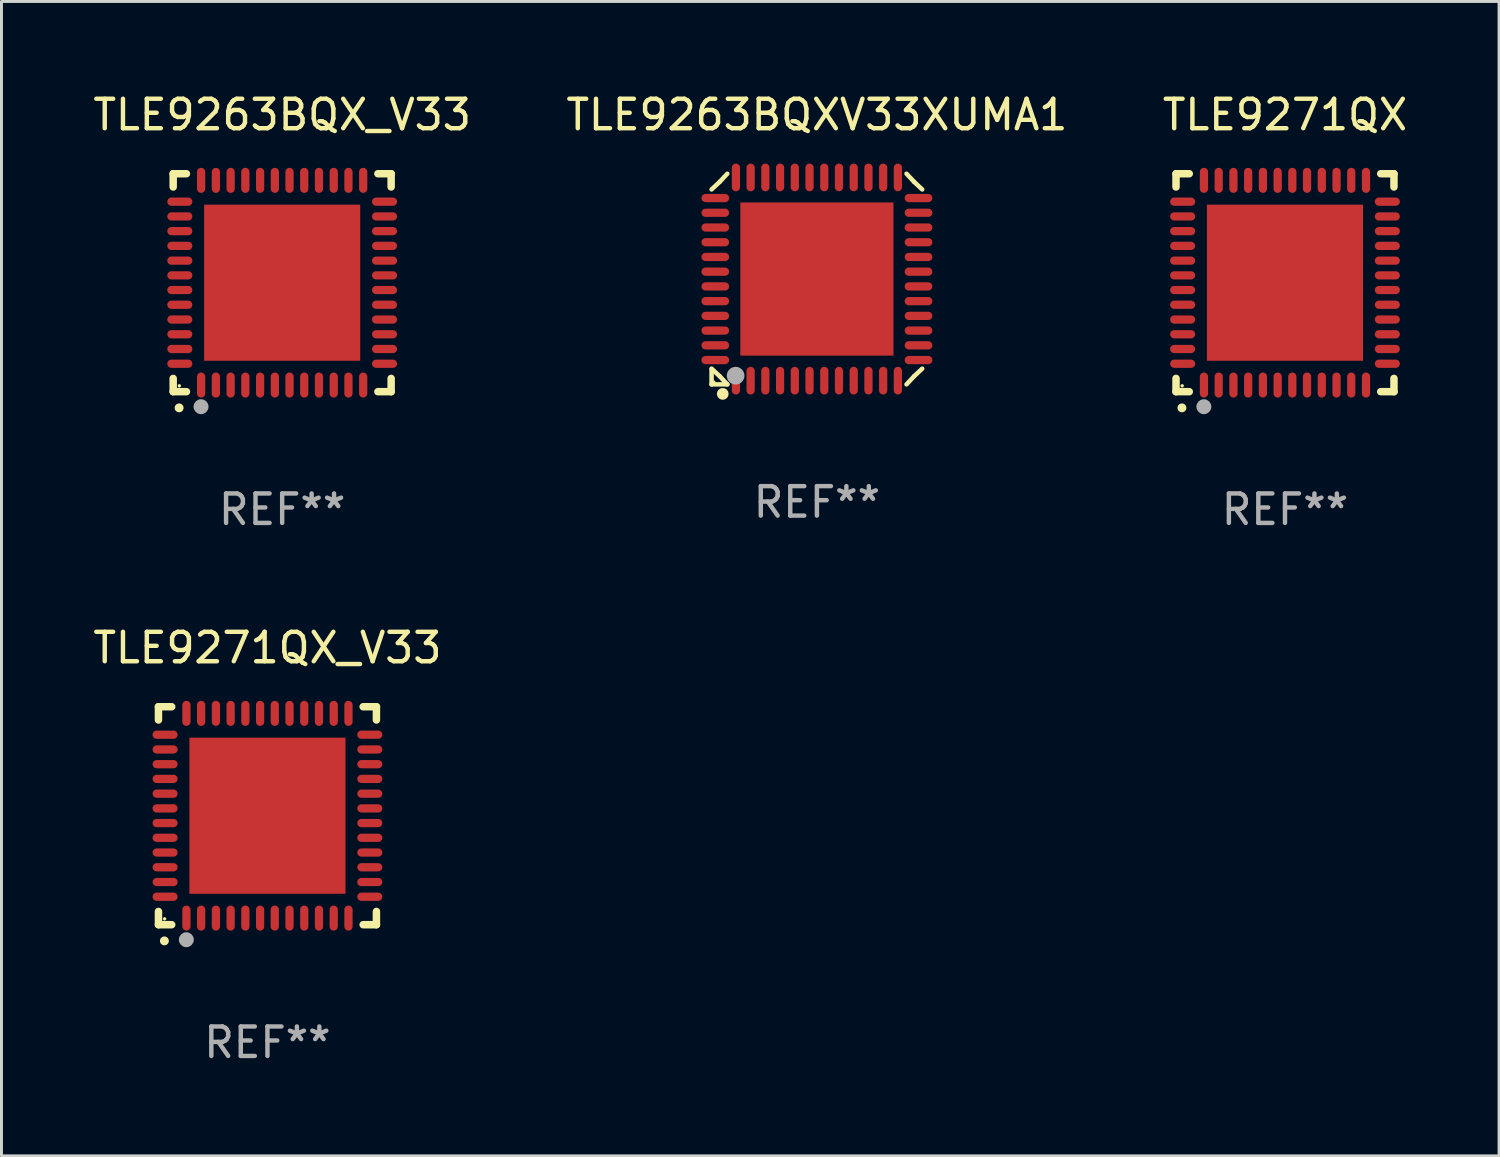
<source format=kicad_pcb>
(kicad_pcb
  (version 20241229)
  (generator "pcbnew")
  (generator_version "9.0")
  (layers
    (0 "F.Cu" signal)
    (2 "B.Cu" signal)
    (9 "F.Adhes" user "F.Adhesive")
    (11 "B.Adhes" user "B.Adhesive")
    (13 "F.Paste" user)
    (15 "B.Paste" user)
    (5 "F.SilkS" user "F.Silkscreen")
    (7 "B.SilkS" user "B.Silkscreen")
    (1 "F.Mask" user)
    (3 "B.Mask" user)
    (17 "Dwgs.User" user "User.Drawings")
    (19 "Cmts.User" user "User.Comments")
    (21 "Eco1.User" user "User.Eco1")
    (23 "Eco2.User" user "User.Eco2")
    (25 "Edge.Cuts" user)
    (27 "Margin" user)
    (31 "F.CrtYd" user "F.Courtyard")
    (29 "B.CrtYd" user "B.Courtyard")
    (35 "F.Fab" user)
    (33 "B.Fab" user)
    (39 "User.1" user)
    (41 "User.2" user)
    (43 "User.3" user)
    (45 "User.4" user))
  (footprint "TLE9271QX_V33"
    (layer "F.Cu")
    (at 6.03 24.645)
    (property "Reference" "TLE9271QX_V33" (at 0 -5.7 0) (layer "F.SilkS") (effects (font (size 1 1) (thickness 0.15))))
    (attr through_hole)
    (fp_line (start -3.7 -3.7) (end -3.25 -3.7) (stroke (width 0.254) (type solid)) (layer "F.SilkS"))
    (fp_line (start -3.7 -3.25) (end -3.7 -3.7) (stroke (width 0.254) (type solid)) (layer "F.SilkS"))
    (fp_line (start -3.7 3.7) (end -3.7 3.25) (stroke (width 0.254) (type solid)) (layer "F.SilkS"))
    (fp_line (start -3.25 3.7) (end -3.7 3.7) (stroke (width 0.254) (type solid)) (layer "F.SilkS"))
    (fp_line (start 3.25 3.7) (end 3.7 3.7) (stroke (width 0.254) (type solid)) (layer "F.SilkS"))
    (fp_line (start 3.7 -3.7) (end 3.25 -3.7) (stroke (width 0.254) (type solid)) (layer "F.SilkS"))
    (fp_line (start 3.7 -3.25) (end 3.7 -3.7) (stroke (width 0.254) (type solid)) (layer "F.SilkS"))
    (fp_line (start 3.7 3.7) (end 3.7 3.25) (stroke (width 0.254) (type solid)) (layer "F.SilkS"))
    (fp_arc (start -3.500127 4.249428) (mid -3.498857 4.249423) (end -3.497587 4.249428) (stroke (width 0.3) (type solid)) (layer "F.SilkS"))
    (fp_circle (center -3.491 3.501) (end -3.461 3.501) (stroke (width 0.06) (type solid)) (fill no) (layer "F.SilkS"))
    (fp_circle (center -2.754 4.21) (end -2.627 4.21) (stroke (width 0.254) (type solid)) (fill no) (layer "F.Fab"))
    (fp_text user "REF**" (at 0 7.7 0) (layer "F.Fab") (effects (font (size 1 1) (thickness 0.15))))
    (pad "1" smd oval (at -2.751 3.475) (size 0.28 0.85) (layers "F.Cu" "F.Mask" "F.Paste"))
    (pad "2" smd oval (at -2.251 3.475) (size 0.28 0.85) (layers "F.Cu" "F.Mask" "F.Paste"))
    (pad "3" smd oval (at -1.75 3.475) (size 0.28 0.85) (layers "F.Cu" "F.Mask" "F.Paste"))
    (pad "4" smd oval (at -1.25 3.475) (size 0.28 0.85) (layers "F.Cu" "F.Mask" "F.Paste"))
    (pad "5" smd oval (at -0.749 3.475) (size 0.28 0.85) (layers "F.Cu" "F.Mask" "F.Paste"))
    (pad "6" smd oval (at -0.249 3.475) (size 0.28 0.85) (layers "F.Cu" "F.Mask" "F.Paste"))
    (pad "7" smd oval (at 0.249 3.475) (size 0.28 0.85) (layers "F.Cu" "F.Mask" "F.Paste"))
    (pad "8" smd oval (at 0.749 3.475) (size 0.28 0.85) (layers "F.Cu" "F.Mask" "F.Paste"))
    (pad "9" smd oval (at 1.25 3.475) (size 0.28 0.85) (layers "F.Cu" "F.Mask" "F.Paste"))
    (pad "10" smd oval (at 1.75 3.475) (size 0.28 0.85) (layers "F.Cu" "F.Mask" "F.Paste"))
    (pad "11" smd oval (at 2.25 3.475) (size 0.28 0.85) (layers "F.Cu" "F.Mask" "F.Paste"))
    (pad "12" smd oval (at 2.751 3.475) (size 0.28 0.85) (layers "F.Cu" "F.Mask" "F.Paste"))
    (pad "13" smd oval (at 3.475 2.751) (size 0.85 0.28) (layers "F.Cu" "F.Mask" "F.Paste"))
    (pad "14" smd oval (at 3.475 2.251) (size 0.85 0.28) (layers "F.Cu" "F.Mask" "F.Paste"))
    (pad "15" smd oval (at 3.475 1.75) (size 0.85 0.28) (layers "F.Cu" "F.Mask" "F.Paste"))
    (pad "16" smd oval (at 3.475 1.25) (size 0.85 0.28) (layers "F.Cu" "F.Mask" "F.Paste"))
    (pad "17" smd oval (at 3.475 0.749) (size 0.85 0.28) (layers "F.Cu" "F.Mask" "F.Paste"))
    (pad "18" smd oval (at 3.475 0.249) (size 0.85 0.28) (layers "F.Cu" "F.Mask" "F.Paste"))
    (pad "19" smd oval (at 3.475 -0.249) (size 0.85 0.28) (layers "F.Cu" "F.Mask" "F.Paste"))
    (pad "20" smd oval (at 3.475 -0.749) (size 0.85 0.28) (layers "F.Cu" "F.Mask" "F.Paste"))
    (pad "21" smd oval (at 3.475 -1.25) (size 0.85 0.28) (layers "F.Cu" "F.Mask" "F.Paste"))
    (pad "22" smd oval (at 3.475 -1.75) (size 0.85 0.28) (layers "F.Cu" "F.Mask" "F.Paste"))
    (pad "23" smd oval (at 3.475 -2.25) (size 0.85 0.28) (layers "F.Cu" "F.Mask" "F.Paste"))
    (pad "24" smd oval (at 3.475 -2.751) (size 0.85 0.28) (layers "F.Cu" "F.Mask" "F.Paste"))
    (pad "25" smd oval (at 2.751 -3.475) (size 0.28 0.85) (layers "F.Cu" "F.Mask" "F.Paste"))
    (pad "26" smd oval (at 2.25 -3.475) (size 0.28 0.85) (layers "F.Cu" "F.Mask" "F.Paste"))
    (pad "27" smd oval (at 1.75 -3.475) (size 0.28 0.85) (layers "F.Cu" "F.Mask" "F.Paste"))
    (pad "28" smd oval (at 1.25 -3.475) (size 0.28 0.85) (layers "F.Cu" "F.Mask" "F.Paste"))
    (pad "29" smd oval (at 0.749 -3.475) (size 0.28 0.85) (layers "F.Cu" "F.Mask" "F.Paste"))
    (pad "30" smd oval (at 0.249 -3.475) (size 0.28 0.85) (layers "F.Cu" "F.Mask" "F.Paste"))
    (pad "31" smd oval (at -0.249 -3.475) (size 0.28 0.85) (layers "F.Cu" "F.Mask" "F.Paste"))
    (pad "32" smd oval (at -0.749 -3.475) (size 0.28 0.85) (layers "F.Cu" "F.Mask" "F.Paste"))
    (pad "33" smd oval (at -1.25 -3.475) (size 0.28 0.85) (layers "F.Cu" "F.Mask" "F.Paste"))
    (pad "34" smd oval (at -1.75 -3.475) (size 0.28 0.85) (layers "F.Cu" "F.Mask" "F.Paste"))
    (pad "35" smd oval (at -2.251 -3.475) (size 0.28 0.85) (layers "F.Cu" "F.Mask" "F.Paste"))
    (pad "36" smd oval (at -2.751 -3.475) (size 0.28 0.85) (layers "F.Cu" "F.Mask" "F.Paste"))
    (pad "37" smd oval (at -3.475 -2.751) (size 0.85 0.28) (layers "F.Cu" "F.Mask" "F.Paste"))
    (pad "38" smd oval (at -3.475 -2.25) (size 0.85 0.28) (layers "F.Cu" "F.Mask" "F.Paste"))
    (pad "39" smd oval (at -3.475 -1.75) (size 0.85 0.28) (layers "F.Cu" "F.Mask" "F.Paste"))
    (pad "40" smd oval (at -3.475 -1.25) (size 0.85 0.28) (layers "F.Cu" "F.Mask" "F.Paste"))
    (pad "41" smd oval (at -3.475 -0.749) (size 0.85 0.28) (layers "F.Cu" "F.Mask" "F.Paste"))
    (pad "42" smd oval (at -3.475 -0.249) (size 0.85 0.28) (layers "F.Cu" "F.Mask" "F.Paste"))
    (pad "43" smd oval (at -3.475 0.249) (size 0.85 0.28) (layers "F.Cu" "F.Mask" "F.Paste"))
    (pad "44" smd oval (at -3.475 0.749) (size 0.85 0.28) (layers "F.Cu" "F.Mask" "F.Paste"))
    (pad "45" smd oval (at -3.475 1.25) (size 0.85 0.28) (layers "F.Cu" "F.Mask" "F.Paste"))
    (pad "46" smd oval (at -3.475 1.75) (size 0.85 0.28) (layers "F.Cu" "F.Mask" "F.Paste"))
    (pad "47" smd oval (at -3.475 2.251) (size 0.85 0.28) (layers "F.Cu" "F.Mask" "F.Paste"))
    (pad "48" smd oval (at -3.475 2.751) (size 0.85 0.28) (layers "F.Cu" "F.Mask" "F.Paste"))
    (pad "49" smd rect (at -0.000102 0.000102) (size 5.3 5.3) (layers "F.Cu" "F.Mask" "F.Paste")))
  (footprint "TLE9263BQXV33XUMA1"
    (layer "F.Cu")
    (at 24.685 6.424)
    (property "Reference" "TLE9263BQXV33XUMA1" (at 0 -5.576 0) (layer "F.SilkS") (effects (font (size 1 1) (thickness 0.15))))
    (attr through_hole)
    (fp_line (start -3.576 3.07) (end -3.576 3.576) (stroke (width 0.152) (type solid)) (layer "F.SilkS"))
    (fp_line (start -3.576 3.576) (end -3.042 3.576) (stroke (width 0.152) (type solid)) (layer "F.SilkS"))
    (fp_line (start -3.3 -3.3) (end -3.576 -3.042) (stroke (width 0.152) (type solid)) (layer "F.SilkS"))
    (fp_line (start -3.3 3.3) (end -3.576 3.042) (stroke (width 0.152) (type solid)) (layer "F.SilkS"))
    (fp_line (start -3.042 -3.576) (end -3.3 -3.3) (stroke (width 0.152) (type solid)) (layer "F.SilkS"))
    (fp_line (start -3.042 3.576) (end -3.3 3.3) (stroke (width 0.152) (type solid)) (layer "F.SilkS"))
    (fp_line (start 3.042 -3.576) (end 3.3 -3.3) (stroke (width 0.152) (type solid)) (layer "F.SilkS"))
    (fp_line (start 3.042 3.576) (end 3.3 3.3) (stroke (width 0.152) (type solid)) (layer "F.SilkS"))
    (fp_line (start 3.3 -3.3) (end 3.576 -3.042) (stroke (width 0.152) (type solid)) (layer "F.SilkS"))
    (fp_line (start 3.3 3.3) (end 3.576 3.042) (stroke (width 0.152) (type solid)) (layer "F.SilkS"))
    (fp_circle (center -3.5 3.5) (end -3.47 3.5) (stroke (width 0.06) (type solid)) (fill no) (layer "F.SilkS"))
    (fp_circle (center -3.197 3.899) (end -3.097 3.899) (stroke (width 0.2) (type solid)) (fill no) (layer "F.SilkS"))
    (fp_circle (center -2.76 3.281) (end -2.61 3.281) (stroke (width 0.3) (type solid)) (fill no) (layer "F.Fab"))
    (fp_text user "REF**" (at 0 7.576 0) (layer "F.Fab") (effects (font (size 1 1) (thickness 0.15))))
    (pad "1" smd oval (at -2.75 3.45 90) (size 0.94 0.28) (layers "F.Cu" "F.Mask" "F.Paste"))
    (pad "2" smd oval (at -2.25 3.45 90) (size 0.94 0.28) (layers "F.Cu" "F.Mask" "F.Paste"))
    (pad "3" smd oval (at -1.75 3.45 90) (size 0.94 0.28) (layers "F.Cu" "F.Mask" "F.Paste"))
    (pad "4" smd oval (at -1.25 3.45 90) (size 0.94 0.28) (layers "F.Cu" "F.Mask" "F.Paste"))
    (pad "5" smd oval (at -0.75 3.45 90) (size 0.94 0.28) (layers "F.Cu" "F.Mask" "F.Paste"))
    (pad "6" smd oval (at -0.25 3.45 90) (size 0.94 0.28) (layers "F.Cu" "F.Mask" "F.Paste"))
    (pad "7" smd oval (at 0.25 3.45 90) (size 0.94 0.28) (layers "F.Cu" "F.Mask" "F.Paste"))
    (pad "8" smd oval (at 0.75 3.45 90) (size 0.94 0.28) (layers "F.Cu" "F.Mask" "F.Paste"))
    (pad "9" smd oval (at 1.25 3.45 90) (size 0.94 0.28) (layers "F.Cu" "F.Mask" "F.Paste"))
    (pad "10" smd oval (at 1.75 3.45 90) (size 0.94 0.28) (layers "F.Cu" "F.Mask" "F.Paste"))
    (pad "11" smd oval (at 2.25 3.45 90) (size 0.94 0.28) (layers "F.Cu" "F.Mask" "F.Paste"))
    (pad "12" smd oval (at 2.75 3.45 90) (size 0.94 0.28) (layers "F.Cu" "F.Mask" "F.Paste"))
    (pad "13" smd oval (at 3.45 2.75 90) (size 0.28 0.94) (layers "F.Cu" "F.Mask" "F.Paste"))
    (pad "14" smd oval (at 3.45 2.25 90) (size 0.28 0.94) (layers "F.Cu" "F.Mask" "F.Paste"))
    (pad "15" smd oval (at 3.45 1.75 90) (size 0.28 0.94) (layers "F.Cu" "F.Mask" "F.Paste"))
    (pad "16" smd oval (at 3.45 1.25 90) (size 0.28 0.94) (layers "F.Cu" "F.Mask" "F.Paste"))
    (pad "17" smd oval (at 3.45 0.75 90) (size 0.28 0.94) (layers "F.Cu" "F.Mask" "F.Paste"))
    (pad "18" smd oval (at 3.45 0.25 90) (size 0.28 0.94) (layers "F.Cu" "F.Mask" "F.Paste"))
    (pad "19" smd oval (at 3.45 -0.25 90) (size 0.28 0.94) (layers "F.Cu" "F.Mask" "F.Paste"))
    (pad "20" smd oval (at 3.45 -0.75 90) (size 0.28 0.94) (layers "F.Cu" "F.Mask" "F.Paste"))
    (pad "21" smd oval (at 3.45 -1.25 90) (size 0.28 0.94) (layers "F.Cu" "F.Mask" "F.Paste"))
    (pad "22" smd oval (at 3.45 -1.75 90) (size 0.28 0.94) (layers "F.Cu" "F.Mask" "F.Paste"))
    (pad "23" smd oval (at 3.45 -2.25 90) (size 0.28 0.94) (layers "F.Cu" "F.Mask" "F.Paste"))
    (pad "24" smd oval (at 3.45 -2.75 90) (size 0.28 0.94) (layers "F.Cu" "F.Mask" "F.Paste"))
    (pad "25" smd oval (at 2.75 -3.45 90) (size 0.94 0.28) (layers "F.Cu" "F.Mask" "F.Paste"))
    (pad "26" smd oval (at 2.25 -3.45 90) (size 0.94 0.28) (layers "F.Cu" "F.Mask" "F.Paste"))
    (pad "27" smd oval (at 1.75 -3.45 90) (size 0.94 0.28) (layers "F.Cu" "F.Mask" "F.Paste"))
    (pad "28" smd oval (at 1.25 -3.45 90) (size 0.94 0.28) (layers "F.Cu" "F.Mask" "F.Paste"))
    (pad "29" smd oval (at 0.75 -3.45 90) (size 0.94 0.28) (layers "F.Cu" "F.Mask" "F.Paste"))
    (pad "30" smd oval (at 0.25 -3.45 90) (size 0.94 0.28) (layers "F.Cu" "F.Mask" "F.Paste"))
    (pad "31" smd oval (at -0.25 -3.45 90) (size 0.94 0.28) (layers "F.Cu" "F.Mask" "F.Paste"))
    (pad "32" smd oval (at -0.75 -3.45 90) (size 0.94 0.28) (layers "F.Cu" "F.Mask" "F.Paste"))
    (pad "33" smd oval (at -1.25 -3.45 90) (size 0.94 0.28) (layers "F.Cu" "F.Mask" "F.Paste"))
    (pad "34" smd oval (at -1.75 -3.45 90) (size 0.94 0.28) (layers "F.Cu" "F.Mask" "F.Paste"))
    (pad "35" smd oval (at -2.25 -3.45 90) (size 0.94 0.28) (layers "F.Cu" "F.Mask" "F.Paste"))
    (pad "36" smd oval (at -2.75 -3.45 90) (size 0.94 0.28) (layers "F.Cu" "F.Mask" "F.Paste"))
    (pad "37" smd oval (at -3.45 -2.75 90) (size 0.28 0.94) (layers "F.Cu" "F.Mask" "F.Paste"))
    (pad "38" smd oval (at -3.45 -2.25 90) (size 0.28 0.94) (layers "F.Cu" "F.Mask" "F.Paste"))
    (pad "39" smd oval (at -3.45 -1.75 90) (size 0.28 0.94) (layers "F.Cu" "F.Mask" "F.Paste"))
    (pad "40" smd oval (at -3.45 -1.25 90) (size 0.28 0.94) (layers "F.Cu" "F.Mask" "F.Paste"))
    (pad "41" smd oval (at -3.45 -0.75 90) (size 0.28 0.94) (layers "F.Cu" "F.Mask" "F.Paste"))
    (pad "42" smd oval (at -3.45 -0.25 90) (size 0.28 0.94) (layers "F.Cu" "F.Mask" "F.Paste"))
    (pad "43" smd oval (at -3.45 0.25 90) (size 0.28 0.94) (layers "F.Cu" "F.Mask" "F.Paste"))
    (pad "44" smd oval (at -3.45 0.75 90) (size 0.28 0.94) (layers "F.Cu" "F.Mask" "F.Paste"))
    (pad "45" smd oval (at -3.45 1.25 90) (size 0.28 0.94) (layers "F.Cu" "F.Mask" "F.Paste"))
    (pad "46" smd oval (at -3.45 1.75 90) (size 0.28 0.94) (layers "F.Cu" "F.Mask" "F.Paste"))
    (pad "47" smd oval (at -3.45 2.25 90) (size 0.28 0.94) (layers "F.Cu" "F.Mask" "F.Paste"))
    (pad "48" smd oval (at -3.45 2.75 90) (size 0.28 0.94) (layers "F.Cu" "F.Mask" "F.Paste"))
    (pad "49" smd rect (at -0.000076 -0.000089 90) (size 5.2 5.2) (layers "F.Cu" "F.Mask" "F.Paste")))
  (footprint "TLE9263BQX_V33"
    (layer "F.Cu")
    (at 6.53 6.548)
    (property "Reference" "TLE9263BQX_V33" (at 0 -5.7 0) (layer "F.SilkS") (effects (font (size 1 1) (thickness 0.15))))
    (attr through_hole)
    (fp_line (start -3.7 -3.7) (end -3.25 -3.7) (stroke (width 0.254) (type solid)) (layer "F.SilkS"))
    (fp_line (start -3.7 -3.25) (end -3.7 -3.7) (stroke (width 0.254) (type solid)) (layer "F.SilkS"))
    (fp_line (start -3.7 3.7) (end -3.7 3.25) (stroke (width 0.254) (type solid)) (layer "F.SilkS"))
    (fp_line (start -3.25 3.7) (end -3.7 3.7) (stroke (width 0.254) (type solid)) (layer "F.SilkS"))
    (fp_line (start 3.25 3.7) (end 3.7 3.7) (stroke (width 0.254) (type solid)) (layer "F.SilkS"))
    (fp_line (start 3.7 -3.7) (end 3.25 -3.7) (stroke (width 0.254) (type solid)) (layer "F.SilkS"))
    (fp_line (start 3.7 -3.25) (end 3.7 -3.7) (stroke (width 0.254) (type solid)) (layer "F.SilkS"))
    (fp_line (start 3.7 3.7) (end 3.7 3.25) (stroke (width 0.254) (type solid)) (layer "F.SilkS"))
    (fp_arc (start -3.500127 4.249428) (mid -3.498857 4.249423) (end -3.497587 4.249428) (stroke (width 0.3) (type solid)) (layer "F.SilkS"))
    (fp_circle (center -3.491 3.501) (end -3.461 3.501) (stroke (width 0.06) (type solid)) (fill no) (layer "F.SilkS"))
    (fp_circle (center -2.754 4.21) (end -2.627 4.21) (stroke (width 0.254) (type solid)) (fill no) (layer "F.Fab"))
    (fp_text user "REF**" (at 0 7.7 0) (layer "F.Fab") (effects (font (size 1 1) (thickness 0.15))))
    (pad "1" smd oval (at -2.751 3.475) (size 0.28 0.85) (layers "F.Cu" "F.Mask" "F.Paste"))
    (pad "2" smd oval (at -2.251 3.475) (size 0.28 0.85) (layers "F.Cu" "F.Mask" "F.Paste"))
    (pad "3" smd oval (at -1.75 3.475) (size 0.28 0.85) (layers "F.Cu" "F.Mask" "F.Paste"))
    (pad "4" smd oval (at -1.25 3.475) (size 0.28 0.85) (layers "F.Cu" "F.Mask" "F.Paste"))
    (pad "5" smd oval (at -0.749 3.475) (size 0.28 0.85) (layers "F.Cu" "F.Mask" "F.Paste"))
    (pad "6" smd oval (at -0.249 3.475) (size 0.28 0.85) (layers "F.Cu" "F.Mask" "F.Paste"))
    (pad "7" smd oval (at 0.249 3.475) (size 0.28 0.85) (layers "F.Cu" "F.Mask" "F.Paste"))
    (pad "8" smd oval (at 0.749 3.475) (size 0.28 0.85) (layers "F.Cu" "F.Mask" "F.Paste"))
    (pad "9" smd oval (at 1.25 3.475) (size 0.28 0.85) (layers "F.Cu" "F.Mask" "F.Paste"))
    (pad "10" smd oval (at 1.75 3.475) (size 0.28 0.85) (layers "F.Cu" "F.Mask" "F.Paste"))
    (pad "11" smd oval (at 2.25 3.475) (size 0.28 0.85) (layers "F.Cu" "F.Mask" "F.Paste"))
    (pad "12" smd oval (at 2.751 3.475) (size 0.28 0.85) (layers "F.Cu" "F.Mask" "F.Paste"))
    (pad "13" smd oval (at 3.475 2.751) (size 0.85 0.28) (layers "F.Cu" "F.Mask" "F.Paste"))
    (pad "14" smd oval (at 3.475 2.251) (size 0.85 0.28) (layers "F.Cu" "F.Mask" "F.Paste"))
    (pad "15" smd oval (at 3.475 1.75) (size 0.85 0.28) (layers "F.Cu" "F.Mask" "F.Paste"))
    (pad "16" smd oval (at 3.475 1.25) (size 0.85 0.28) (layers "F.Cu" "F.Mask" "F.Paste"))
    (pad "17" smd oval (at 3.475 0.749) (size 0.85 0.28) (layers "F.Cu" "F.Mask" "F.Paste"))
    (pad "18" smd oval (at 3.475 0.249) (size 0.85 0.28) (layers "F.Cu" "F.Mask" "F.Paste"))
    (pad "19" smd oval (at 3.475 -0.249) (size 0.85 0.28) (layers "F.Cu" "F.Mask" "F.Paste"))
    (pad "20" smd oval (at 3.475 -0.749) (size 0.85 0.28) (layers "F.Cu" "F.Mask" "F.Paste"))
    (pad "21" smd oval (at 3.475 -1.25) (size 0.85 0.28) (layers "F.Cu" "F.Mask" "F.Paste"))
    (pad "22" smd oval (at 3.475 -1.75) (size 0.85 0.28) (layers "F.Cu" "F.Mask" "F.Paste"))
    (pad "23" smd oval (at 3.475 -2.25) (size 0.85 0.28) (layers "F.Cu" "F.Mask" "F.Paste"))
    (pad "24" smd oval (at 3.475 -2.751) (size 0.85 0.28) (layers "F.Cu" "F.Mask" "F.Paste"))
    (pad "25" smd oval (at 2.751 -3.475) (size 0.28 0.85) (layers "F.Cu" "F.Mask" "F.Paste"))
    (pad "26" smd oval (at 2.25 -3.475) (size 0.28 0.85) (layers "F.Cu" "F.Mask" "F.Paste"))
    (pad "27" smd oval (at 1.75 -3.475) (size 0.28 0.85) (layers "F.Cu" "F.Mask" "F.Paste"))
    (pad "28" smd oval (at 1.25 -3.475) (size 0.28 0.85) (layers "F.Cu" "F.Mask" "F.Paste"))
    (pad "29" smd oval (at 0.749 -3.475) (size 0.28 0.85) (layers "F.Cu" "F.Mask" "F.Paste"))
    (pad "30" smd oval (at 0.249 -3.475) (size 0.28 0.85) (layers "F.Cu" "F.Mask" "F.Paste"))
    (pad "31" smd oval (at -0.249 -3.475) (size 0.28 0.85) (layers "F.Cu" "F.Mask" "F.Paste"))
    (pad "32" smd oval (at -0.749 -3.475) (size 0.28 0.85) (layers "F.Cu" "F.Mask" "F.Paste"))
    (pad "33" smd oval (at -1.25 -3.475) (size 0.28 0.85) (layers "F.Cu" "F.Mask" "F.Paste"))
    (pad "34" smd oval (at -1.75 -3.475) (size 0.28 0.85) (layers "F.Cu" "F.Mask" "F.Paste"))
    (pad "35" smd oval (at -2.251 -3.475) (size 0.28 0.85) (layers "F.Cu" "F.Mask" "F.Paste"))
    (pad "36" smd oval (at -2.751 -3.475) (size 0.28 0.85) (layers "F.Cu" "F.Mask" "F.Paste"))
    (pad "37" smd oval (at -3.475 -2.751) (size 0.85 0.28) (layers "F.Cu" "F.Mask" "F.Paste"))
    (pad "38" smd oval (at -3.475 -2.25) (size 0.85 0.28) (layers "F.Cu" "F.Mask" "F.Paste"))
    (pad "39" smd oval (at -3.475 -1.75) (size 0.85 0.28) (layers "F.Cu" "F.Mask" "F.Paste"))
    (pad "40" smd oval (at -3.475 -1.25) (size 0.85 0.28) (layers "F.Cu" "F.Mask" "F.Paste"))
    (pad "41" smd oval (at -3.475 -0.749) (size 0.85 0.28) (layers "F.Cu" "F.Mask" "F.Paste"))
    (pad "42" smd oval (at -3.475 -0.249) (size 0.85 0.28) (layers "F.Cu" "F.Mask" "F.Paste"))
    (pad "43" smd oval (at -3.475 0.249) (size 0.85 0.28) (layers "F.Cu" "F.Mask" "F.Paste"))
    (pad "44" smd oval (at -3.475 0.749) (size 0.85 0.28) (layers "F.Cu" "F.Mask" "F.Paste"))
    (pad "45" smd oval (at -3.475 1.25) (size 0.85 0.28) (layers "F.Cu" "F.Mask" "F.Paste"))
    (pad "46" smd oval (at -3.475 1.75) (size 0.85 0.28) (layers "F.Cu" "F.Mask" "F.Paste"))
    (pad "47" smd oval (at -3.475 2.251) (size 0.85 0.28) (layers "F.Cu" "F.Mask" "F.Paste"))
    (pad "48" smd oval (at -3.475 2.751) (size 0.85 0.28) (layers "F.Cu" "F.Mask" "F.Paste"))
    (pad "49" smd rect (at -0.000102 0.000102) (size 5.3 5.3) (layers "F.Cu" "F.Mask" "F.Paste")))
  (footprint "TLE9271QX"
    (layer "F.Cu")
    (at 40.577 6.548)
    (property "Reference" "TLE9271QX" (at 0 -5.7 0) (layer "F.SilkS") (effects (font (size 1 1) (thickness 0.15))))
    (attr through_hole)
    (fp_line (start -3.7 -3.7) (end -3.25 -3.7) (stroke (width 0.254) (type solid)) (layer "F.SilkS"))
    (fp_line (start -3.7 -3.25) (end -3.7 -3.7) (stroke (width 0.254) (type solid)) (layer "F.SilkS"))
    (fp_line (start -3.7 3.7) (end -3.7 3.25) (stroke (width 0.254) (type solid)) (layer "F.SilkS"))
    (fp_line (start -3.25 3.7) (end -3.7 3.7) (stroke (width 0.254) (type solid)) (layer "F.SilkS"))
    (fp_line (start 3.25 3.7) (end 3.7 3.7) (stroke (width 0.254) (type solid)) (layer "F.SilkS"))
    (fp_line (start 3.7 -3.7) (end 3.25 -3.7) (stroke (width 0.254) (type solid)) (layer "F.SilkS"))
    (fp_line (start 3.7 -3.25) (end 3.7 -3.7) (stroke (width 0.254) (type solid)) (layer "F.SilkS"))
    (fp_line (start 3.7 3.7) (end 3.7 3.25) (stroke (width 0.254) (type solid)) (layer "F.SilkS"))
    (fp_arc (start -3.500127 4.249428) (mid -3.498857 4.249423) (end -3.497587 4.249428) (stroke (width 0.3) (type solid)) (layer "F.SilkS"))
    (fp_circle (center -3.491 3.501) (end -3.461 3.501) (stroke (width 0.06) (type solid)) (fill no) (layer "F.SilkS"))
    (fp_circle (center -2.754 4.21) (end -2.627 4.21) (stroke (width 0.254) (type solid)) (fill no) (layer "F.Fab"))
    (fp_text user "REF**" (at 0 7.7 0) (layer "F.Fab") (effects (font (size 1 1) (thickness 0.15))))
    (pad "1" smd oval (at -2.751 3.475) (size 0.28 0.85) (layers "F.Cu" "F.Mask" "F.Paste"))
    (pad "2" smd oval (at -2.251 3.475) (size 0.28 0.85) (layers "F.Cu" "F.Mask" "F.Paste"))
    (pad "3" smd oval (at -1.75 3.475) (size 0.28 0.85) (layers "F.Cu" "F.Mask" "F.Paste"))
    (pad "4" smd oval (at -1.25 3.475) (size 0.28 0.85) (layers "F.Cu" "F.Mask" "F.Paste"))
    (pad "5" smd oval (at -0.749 3.475) (size 0.28 0.85) (layers "F.Cu" "F.Mask" "F.Paste"))
    (pad "6" smd oval (at -0.249 3.475) (size 0.28 0.85) (layers "F.Cu" "F.Mask" "F.Paste"))
    (pad "7" smd oval (at 0.249 3.475) (size 0.28 0.85) (layers "F.Cu" "F.Mask" "F.Paste"))
    (pad "8" smd oval (at 0.749 3.475) (size 0.28 0.85) (layers "F.Cu" "F.Mask" "F.Paste"))
    (pad "9" smd oval (at 1.25 3.475) (size 0.28 0.85) (layers "F.Cu" "F.Mask" "F.Paste"))
    (pad "10" smd oval (at 1.75 3.475) (size 0.28 0.85) (layers "F.Cu" "F.Mask" "F.Paste"))
    (pad "11" smd oval (at 2.25 3.475) (size 0.28 0.85) (layers "F.Cu" "F.Mask" "F.Paste"))
    (pad "12" smd oval (at 2.751 3.475) (size 0.28 0.85) (layers "F.Cu" "F.Mask" "F.Paste"))
    (pad "13" smd oval (at 3.475 2.751) (size 0.85 0.28) (layers "F.Cu" "F.Mask" "F.Paste"))
    (pad "14" smd oval (at 3.475 2.251) (size 0.85 0.28) (layers "F.Cu" "F.Mask" "F.Paste"))
    (pad "15" smd oval (at 3.475 1.75) (size 0.85 0.28) (layers "F.Cu" "F.Mask" "F.Paste"))
    (pad "16" smd oval (at 3.475 1.25) (size 0.85 0.28) (layers "F.Cu" "F.Mask" "F.Paste"))
    (pad "17" smd oval (at 3.475 0.749) (size 0.85 0.28) (layers "F.Cu" "F.Mask" "F.Paste"))
    (pad "18" smd oval (at 3.475 0.249) (size 0.85 0.28) (layers "F.Cu" "F.Mask" "F.Paste"))
    (pad "19" smd oval (at 3.475 -0.249) (size 0.85 0.28) (layers "F.Cu" "F.Mask" "F.Paste"))
    (pad "20" smd oval (at 3.475 -0.749) (size 0.85 0.28) (layers "F.Cu" "F.Mask" "F.Paste"))
    (pad "21" smd oval (at 3.475 -1.25) (size 0.85 0.28) (layers "F.Cu" "F.Mask" "F.Paste"))
    (pad "22" smd oval (at 3.475 -1.75) (size 0.85 0.28) (layers "F.Cu" "F.Mask" "F.Paste"))
    (pad "23" smd oval (at 3.475 -2.25) (size 0.85 0.28) (layers "F.Cu" "F.Mask" "F.Paste"))
    (pad "24" smd oval (at 3.475 -2.751) (size 0.85 0.28) (layers "F.Cu" "F.Mask" "F.Paste"))
    (pad "25" smd oval (at 2.751 -3.475) (size 0.28 0.85) (layers "F.Cu" "F.Mask" "F.Paste"))
    (pad "26" smd oval (at 2.25 -3.475) (size 0.28 0.85) (layers "F.Cu" "F.Mask" "F.Paste"))
    (pad "27" smd oval (at 1.75 -3.475) (size 0.28 0.85) (layers "F.Cu" "F.Mask" "F.Paste"))
    (pad "28" smd oval (at 1.25 -3.475) (size 0.28 0.85) (layers "F.Cu" "F.Mask" "F.Paste"))
    (pad "29" smd oval (at 0.749 -3.475) (size 0.28 0.85) (layers "F.Cu" "F.Mask" "F.Paste"))
    (pad "30" smd oval (at 0.249 -3.475) (size 0.28 0.85) (layers "F.Cu" "F.Mask" "F.Paste"))
    (pad "31" smd oval (at -0.249 -3.475) (size 0.28 0.85) (layers "F.Cu" "F.Mask" "F.Paste"))
    (pad "32" smd oval (at -0.749 -3.475) (size 0.28 0.85) (layers "F.Cu" "F.Mask" "F.Paste"))
    (pad "33" smd oval (at -1.25 -3.475) (size 0.28 0.85) (layers "F.Cu" "F.Mask" "F.Paste"))
    (pad "34" smd oval (at -1.75 -3.475) (size 0.28 0.85) (layers "F.Cu" "F.Mask" "F.Paste"))
    (pad "35" smd oval (at -2.251 -3.475) (size 0.28 0.85) (layers "F.Cu" "F.Mask" "F.Paste"))
    (pad "36" smd oval (at -2.751 -3.475) (size 0.28 0.85) (layers "F.Cu" "F.Mask" "F.Paste"))
    (pad "37" smd oval (at -3.475 -2.751) (size 0.85 0.28) (layers "F.Cu" "F.Mask" "F.Paste"))
    (pad "38" smd oval (at -3.475 -2.25) (size 0.85 0.28) (layers "F.Cu" "F.Mask" "F.Paste"))
    (pad "39" smd oval (at -3.475 -1.75) (size 0.85 0.28) (layers "F.Cu" "F.Mask" "F.Paste"))
    (pad "40" smd oval (at -3.475 -1.25) (size 0.85 0.28) (layers "F.Cu" "F.Mask" "F.Paste"))
    (pad "41" smd oval (at -3.475 -0.749) (size 0.85 0.28) (layers "F.Cu" "F.Mask" "F.Paste"))
    (pad "42" smd oval (at -3.475 -0.249) (size 0.85 0.28) (layers "F.Cu" "F.Mask" "F.Paste"))
    (pad "43" smd oval (at -3.475 0.249) (size 0.85 0.28) (layers "F.Cu" "F.Mask" "F.Paste"))
    (pad "44" smd oval (at -3.475 0.749) (size 0.85 0.28) (layers "F.Cu" "F.Mask" "F.Paste"))
    (pad "45" smd oval (at -3.475 1.25) (size 0.85 0.28) (layers "F.Cu" "F.Mask" "F.Paste"))
    (pad "46" smd oval (at -3.475 1.75) (size 0.85 0.28) (layers "F.Cu" "F.Mask" "F.Paste"))
    (pad "47" smd oval (at -3.475 2.251) (size 0.85 0.28) (layers "F.Cu" "F.Mask" "F.Paste"))
    (pad "48" smd oval (at -3.475 2.751) (size 0.85 0.28) (layers "F.Cu" "F.Mask" "F.Paste"))
    (pad "49" smd rect (at -0.000102 0.000102) (size 5.3 5.3) (layers "F.Cu" "F.Mask" "F.Paste")))
  (gr_rect
    (start -3 -3)
    (end 47.845 36.193)
    (stroke (width 0.1) (type default))
    (fill no)
    (layer "Edge.Cuts")))
</source>
